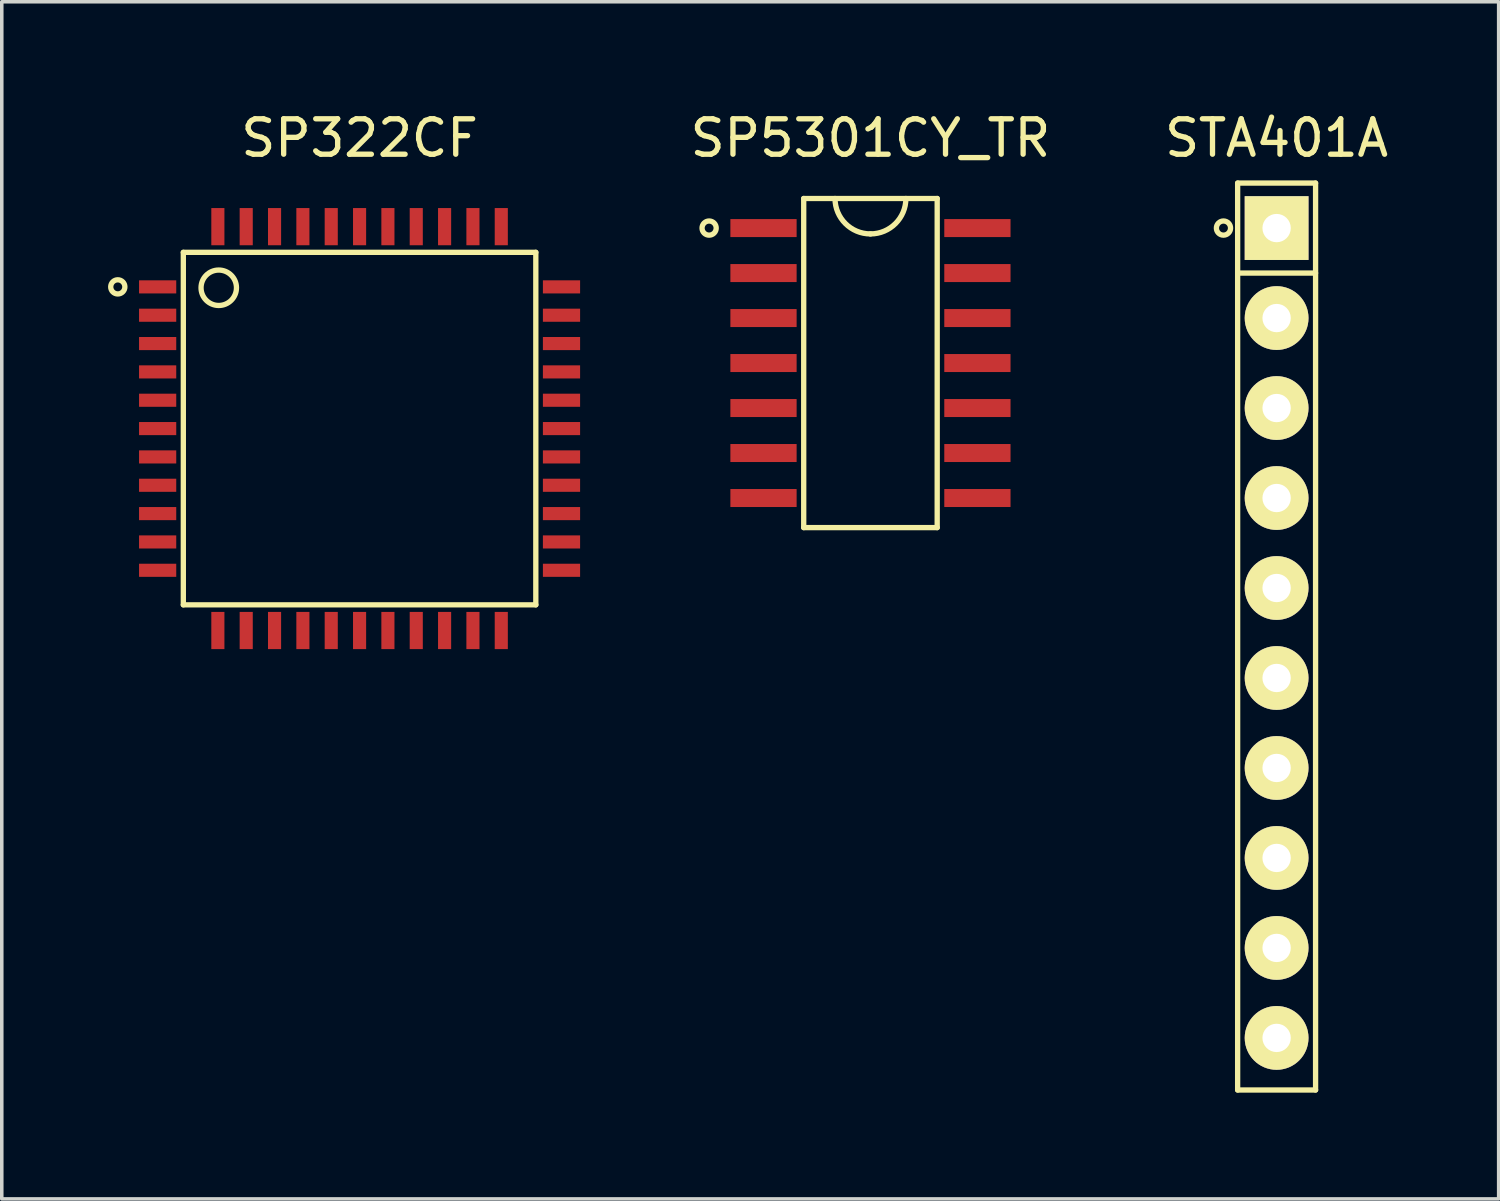
<source format=kicad_pcb>
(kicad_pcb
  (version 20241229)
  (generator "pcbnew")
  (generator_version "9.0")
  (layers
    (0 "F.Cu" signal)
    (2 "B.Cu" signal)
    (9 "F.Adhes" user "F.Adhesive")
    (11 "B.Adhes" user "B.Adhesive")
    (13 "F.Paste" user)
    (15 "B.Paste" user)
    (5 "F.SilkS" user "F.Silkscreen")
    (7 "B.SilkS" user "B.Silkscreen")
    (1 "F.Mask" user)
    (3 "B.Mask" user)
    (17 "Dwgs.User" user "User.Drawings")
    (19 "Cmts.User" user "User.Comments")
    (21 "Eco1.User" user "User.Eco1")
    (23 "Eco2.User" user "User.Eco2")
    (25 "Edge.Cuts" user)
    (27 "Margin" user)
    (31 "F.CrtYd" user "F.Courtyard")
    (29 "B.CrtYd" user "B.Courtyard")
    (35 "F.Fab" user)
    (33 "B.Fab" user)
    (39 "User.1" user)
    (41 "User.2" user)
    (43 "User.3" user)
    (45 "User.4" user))
  (footprint "STA401A"
    (layer "F.Cu")
    (at 32.986 3.388)
    (property "Reference" "STA401A" (at 0 -2.54 0) (layer "F.SilkS") (effects (font (size 1 1) (thickness 0.15))))
    (attr through_hole)
    (fp_line (start -1.1 -1.27) (end 1.1 -1.27) (stroke (width 0.15) (type solid)) (layer "F.SilkS"))
    (fp_line (start -1.1 1.27) (end 1.1 1.27) (stroke (width 0.15) (type solid)) (layer "F.SilkS"))
    (fp_line (start -1.1 24.33) (end -1.1 -1.27) (stroke (width 0.15) (type solid)) (layer "F.SilkS"))
    (fp_line (start 1.1 -1.27) (end 1.1 24.33) (stroke (width 0.15) (type solid)) (layer "F.SilkS"))
    (fp_line (start 1.1 24.33) (end -1.1 24.33) (stroke (width 0.15) (type solid)) (layer "F.SilkS"))
    (fp_circle (center -1.5 0) (end -1.5 0.2) (stroke (width 0.15) (type solid)) (fill no) (layer "F.SilkS"))
    (pad "1" thru_hole rect (at 0 0) (size 1.8 1.8) (drill 0.8) (layers "*.Cu" "*.Mask" "F.SilkS"))
    (pad "2" thru_hole circle (at 0 2.54) (size 1.8 1.8) (drill 0.8) (layers "*.Cu" "*.Mask" "F.SilkS"))
    (pad "3" thru_hole circle (at 0 5.08) (size 1.8 1.8) (drill 0.8) (layers "*.Cu" "*.Mask" "F.SilkS"))
    (pad "4" thru_hole circle (at 0 7.62) (size 1.8 1.8) (drill 0.8) (layers "*.Cu" "*.Mask" "F.SilkS"))
    (pad "5" thru_hole circle (at 0 10.16) (size 1.8 1.8) (drill 0.8) (layers "*.Cu" "*.Mask" "F.SilkS"))
    (pad "6" thru_hole circle (at 0 12.7) (size 1.8 1.8) (drill 0.8) (layers "*.Cu" "*.Mask" "F.SilkS"))
    (pad "7" thru_hole circle (at 0 15.24) (size 1.8 1.8) (drill 0.8) (layers "*.Cu" "*.Mask" "F.SilkS"))
    (pad "8" thru_hole circle (at 0 17.78) (size 1.8 1.8) (drill 0.8) (layers "*.Cu" "*.Mask" "F.SilkS"))
    (pad "9" thru_hole circle (at 0 20.32) (size 1.8 1.8) (drill 0.8) (layers "*.Cu" "*.Mask" "F.SilkS"))
    (pad "10" thru_hole circle (at 0 22.86) (size 1.8 1.8) (drill 0.8) (layers "*.Cu" "*.Mask" "F.SilkS")))
  (footprint "SP5301CY_TR"
    (layer "F.Cu")
    (at 18.502 3.388)
    (property "Reference" "SP5301CY_TR" (at 3.019 -2.54 0) (layer "F.SilkS") (effects (font (size 1 1) (thickness 0.15))))
    (attr through_hole)
    (fp_line (start 1.135 -0.835) (end 4.903 -0.835) (stroke (width 0.15) (type solid)) (layer "F.SilkS"))
    (fp_line (start 1.135 8.455) (end 1.135 -0.835) (stroke (width 0.15) (type solid)) (layer "F.SilkS"))
    (fp_line (start 4.903 -0.835) (end 4.903 8.455) (stroke (width 0.15) (type solid)) (layer "F.SilkS"))
    (fp_line (start 4.903 8.455) (end 1.135 8.455) (stroke (width 0.15) (type solid)) (layer "F.SilkS"))
    (fp_arc (start 3.019 0.165) (mid 2.311893 -0.127893) (end 2.019 -0.835) (stroke (width 0.15) (type solid)) (layer "F.SilkS"))
    (fp_arc (start 4.019 -0.835) (mid 3.726107 -0.127893) (end 3.019 0.165) (stroke (width 0.15) (type solid)) (layer "F.SilkS"))
    (fp_circle (center -1.535 0) (end -1.535 0.2) (stroke (width 0.15) (type solid)) (fill no) (layer "F.SilkS"))
    (pad "1" smd rect (at 0 0) (size 1.87 0.508) (layers "F.Cu" "F.Mask" "F.Paste"))
    (pad "2" smd rect (at 0 1.27) (size 1.87 0.508) (layers "F.Cu" "F.Mask" "F.Paste"))
    (pad "3" smd rect (at 0 2.54) (size 1.87 0.508) (layers "F.Cu" "F.Mask" "F.Paste"))
    (pad "4" smd rect (at 0 3.81) (size 1.87 0.508) (layers "F.Cu" "F.Mask" "F.Paste"))
    (pad "5" smd rect (at 0 5.08) (size 1.87 0.508) (layers "F.Cu" "F.Mask" "F.Paste"))
    (pad "6" smd rect (at 0 6.35) (size 1.87 0.508) (layers "F.Cu" "F.Mask" "F.Paste"))
    (pad "7" smd rect (at 0 7.62) (size 1.87 0.508) (layers "F.Cu" "F.Mask" "F.Paste"))
    (pad "8" smd rect (at 6.038 7.62) (size 1.87 0.508) (layers "F.Cu" "F.Mask" "F.Paste"))
    (pad "9" smd rect (at 6.038 6.35) (size 1.87 0.508) (layers "F.Cu" "F.Mask" "F.Paste"))
    (pad "10" smd rect (at 6.038 5.08) (size 1.87 0.508) (layers "F.Cu" "F.Mask" "F.Paste"))
    (pad "11" smd rect (at 6.038 3.81) (size 1.87 0.508) (layers "F.Cu" "F.Mask" "F.Paste"))
    (pad "12" smd rect (at 6.038 2.54) (size 1.87 0.508) (layers "F.Cu" "F.Mask" "F.Paste"))
    (pad "13" smd rect (at 6.038 1.27) (size 1.87 0.508) (layers "F.Cu" "F.Mask" "F.Paste"))
    (pad "14" smd rect (at 6.038 0) (size 1.87 0.508) (layers "F.Cu" "F.Mask" "F.Paste")))
  (footprint "SP322CF"
    (layer "F.Cu")
    (at 1.4 3.348)
    (property "Reference" "SP322CF" (at 5.7 -2.5 0) (layer "F.SilkS") (effects (font (size 1 1) (thickness 0.15))))
    (attr through_hole)
    (fp_line (start 0.725 0.725) (end 0.725 10.675) (stroke (width 0.15) (type solid)) (layer "F.SilkS"))
    (fp_line (start 0.725 0.725) (end 10.675 0.725) (stroke (width 0.15) (type solid)) (layer "F.SilkS"))
    (fp_line (start 0.725 10.675) (end 10.675 10.675) (stroke (width 0.15) (type solid)) (layer "F.SilkS"))
    (fp_line (start 10.675 10.675) (end 10.675 0.725) (stroke (width 0.15) (type solid)) (layer "F.SilkS"))
    (fp_circle (center -1.125 1.7) (end -1.125 1.5) (stroke (width 0.15) (type solid)) (fill no) (layer "F.SilkS"))
    (fp_circle (center 1.725 1.725) (end 1.725 1.225) (stroke (width 0.15) (type solid)) (fill no) (layer "F.SilkS"))
    (pad "1" smd rect (at 0 1.7) (size 1.05 0.37) (layers "F.Cu" "F.Mask" "F.Paste"))
    (pad "2" smd rect (at 0 2.5) (size 1.05 0.37) (layers "F.Cu" "F.Mask" "F.Paste"))
    (pad "3" smd rect (at 0 3.3) (size 1.05 0.37) (layers "F.Cu" "F.Mask" "F.Paste"))
    (pad "4" smd rect (at 0 4.1) (size 1.05 0.37) (layers "F.Cu" "F.Mask" "F.Paste"))
    (pad "5" smd rect (at 0 4.9) (size 1.05 0.37) (layers "F.Cu" "F.Mask" "F.Paste"))
    (pad "6" smd rect (at 0 5.7) (size 1.05 0.37) (layers "F.Cu" "F.Mask" "F.Paste"))
    (pad "7" smd rect (at 0 6.5) (size 1.05 0.37) (layers "F.Cu" "F.Mask" "F.Paste"))
    (pad "8" smd rect (at 0 7.3) (size 1.05 0.37) (layers "F.Cu" "F.Mask" "F.Paste"))
    (pad "9" smd rect (at 0 8.1) (size 1.05 0.37) (layers "F.Cu" "F.Mask" "F.Paste"))
    (pad "10" smd rect (at 0 8.9) (size 1.05 0.37) (layers "F.Cu" "F.Mask" "F.Paste"))
    (pad "11" smd rect (at 0 9.7) (size 1.05 0.37) (layers "F.Cu" "F.Mask" "F.Paste"))
    (pad "12" smd rect (at 1.7 11.4) (size 0.37 1.05) (layers "F.Cu" "F.Mask" "F.Paste"))
    (pad "13" smd rect (at 2.5 11.4) (size 0.37 1.05) (layers "F.Cu" "F.Mask" "F.Paste"))
    (pad "14" smd rect (at 3.3 11.4) (size 0.37 1.05) (layers "F.Cu" "F.Mask" "F.Paste"))
    (pad "15" smd rect (at 4.1 11.4) (size 0.37 1.05) (layers "F.Cu" "F.Mask" "F.Paste"))
    (pad "16" smd rect (at 4.9 11.4) (size 0.37 1.05) (layers "F.Cu" "F.Mask" "F.Paste"))
    (pad "17" smd rect (at 5.7 11.4) (size 0.37 1.05) (layers "F.Cu" "F.Mask" "F.Paste"))
    (pad "18" smd rect (at 6.5 11.4) (size 0.37 1.05) (layers "F.Cu" "F.Mask" "F.Paste"))
    (pad "19" smd rect (at 7.3 11.4) (size 0.37 1.05) (layers "F.Cu" "F.Mask" "F.Paste"))
    (pad "20" smd rect (at 8.1 11.4) (size 0.37 1.05) (layers "F.Cu" "F.Mask" "F.Paste"))
    (pad "21" smd rect (at 8.9 11.4) (size 0.37 1.05) (layers "F.Cu" "F.Mask" "F.Paste"))
    (pad "22" smd rect (at 9.7 11.4) (size 0.37 1.05) (layers "F.Cu" "F.Mask" "F.Paste"))
    (pad "23" smd rect (at 11.4 9.7) (size 1.05 0.37) (layers "F.Cu" "F.Mask" "F.Paste"))
    (pad "24" smd rect (at 11.4 8.9) (size 1.05 0.37) (layers "F.Cu" "F.Mask" "F.Paste"))
    (pad "25" smd rect (at 11.4 8.1) (size 1.05 0.37) (layers "F.Cu" "F.Mask" "F.Paste"))
    (pad "26" smd rect (at 11.4 7.3) (size 1.05 0.37) (layers "F.Cu" "F.Mask" "F.Paste"))
    (pad "27" smd rect (at 11.4 6.5) (size 1.05 0.37) (layers "F.Cu" "F.Mask" "F.Paste"))
    (pad "28" smd rect (at 11.4 5.7) (size 1.05 0.37) (layers "F.Cu" "F.Mask" "F.Paste"))
    (pad "29" smd rect (at 11.4 4.9) (size 1.05 0.37) (layers "F.Cu" "F.Mask" "F.Paste"))
    (pad "30" smd rect (at 11.4 4.1) (size 1.05 0.37) (layers "F.Cu" "F.Mask" "F.Paste"))
    (pad "31" smd rect (at 11.4 3.3) (size 1.05 0.37) (layers "F.Cu" "F.Mask" "F.Paste"))
    (pad "32" smd rect (at 11.4 2.5) (size 1.05 0.37) (layers "F.Cu" "F.Mask" "F.Paste"))
    (pad "33" smd rect (at 11.4 1.7) (size 1.05 0.37) (layers "F.Cu" "F.Mask" "F.Paste"))
    (pad "34" smd rect (at 9.7 0) (size 0.37 1.05) (layers "F.Cu" "F.Mask" "F.Paste"))
    (pad "35" smd rect (at 8.9 0) (size 0.37 1.05) (layers "F.Cu" "F.Mask" "F.Paste"))
    (pad "36" smd rect (at 8.1 0) (size 0.37 1.05) (layers "F.Cu" "F.Mask" "F.Paste"))
    (pad "37" smd rect (at 7.3 0) (size 0.37 1.05) (layers "F.Cu" "F.Mask" "F.Paste"))
    (pad "38" smd rect (at 6.5 0) (size 0.37 1.05) (layers "F.Cu" "F.Mask" "F.Paste"))
    (pad "39" smd rect (at 5.7 0) (size 0.37 1.05) (layers "F.Cu" "F.Mask" "F.Paste"))
    (pad "40" smd rect (at 4.9 0) (size 0.37 1.05) (layers "F.Cu" "F.Mask" "F.Paste"))
    (pad "41" smd rect (at 4.1 0) (size 0.37 1.05) (layers "F.Cu" "F.Mask" "F.Paste"))
    (pad "42" smd rect (at 3.3 0) (size 0.37 1.05) (layers "F.Cu" "F.Mask" "F.Paste"))
    (pad "43" smd rect (at 2.5 0) (size 0.37 1.05) (layers "F.Cu" "F.Mask" "F.Paste"))
    (pad "44" smd rect (at 1.7 0) (size 0.37 1.05) (layers "F.Cu" "F.Mask" "F.Paste")))
  (gr_rect
    (start -3 -3)
    (end 39.254 30.793)
    (stroke (width 0.1) (type default))
    (fill no)
    (layer "Edge.Cuts")))
</source>
